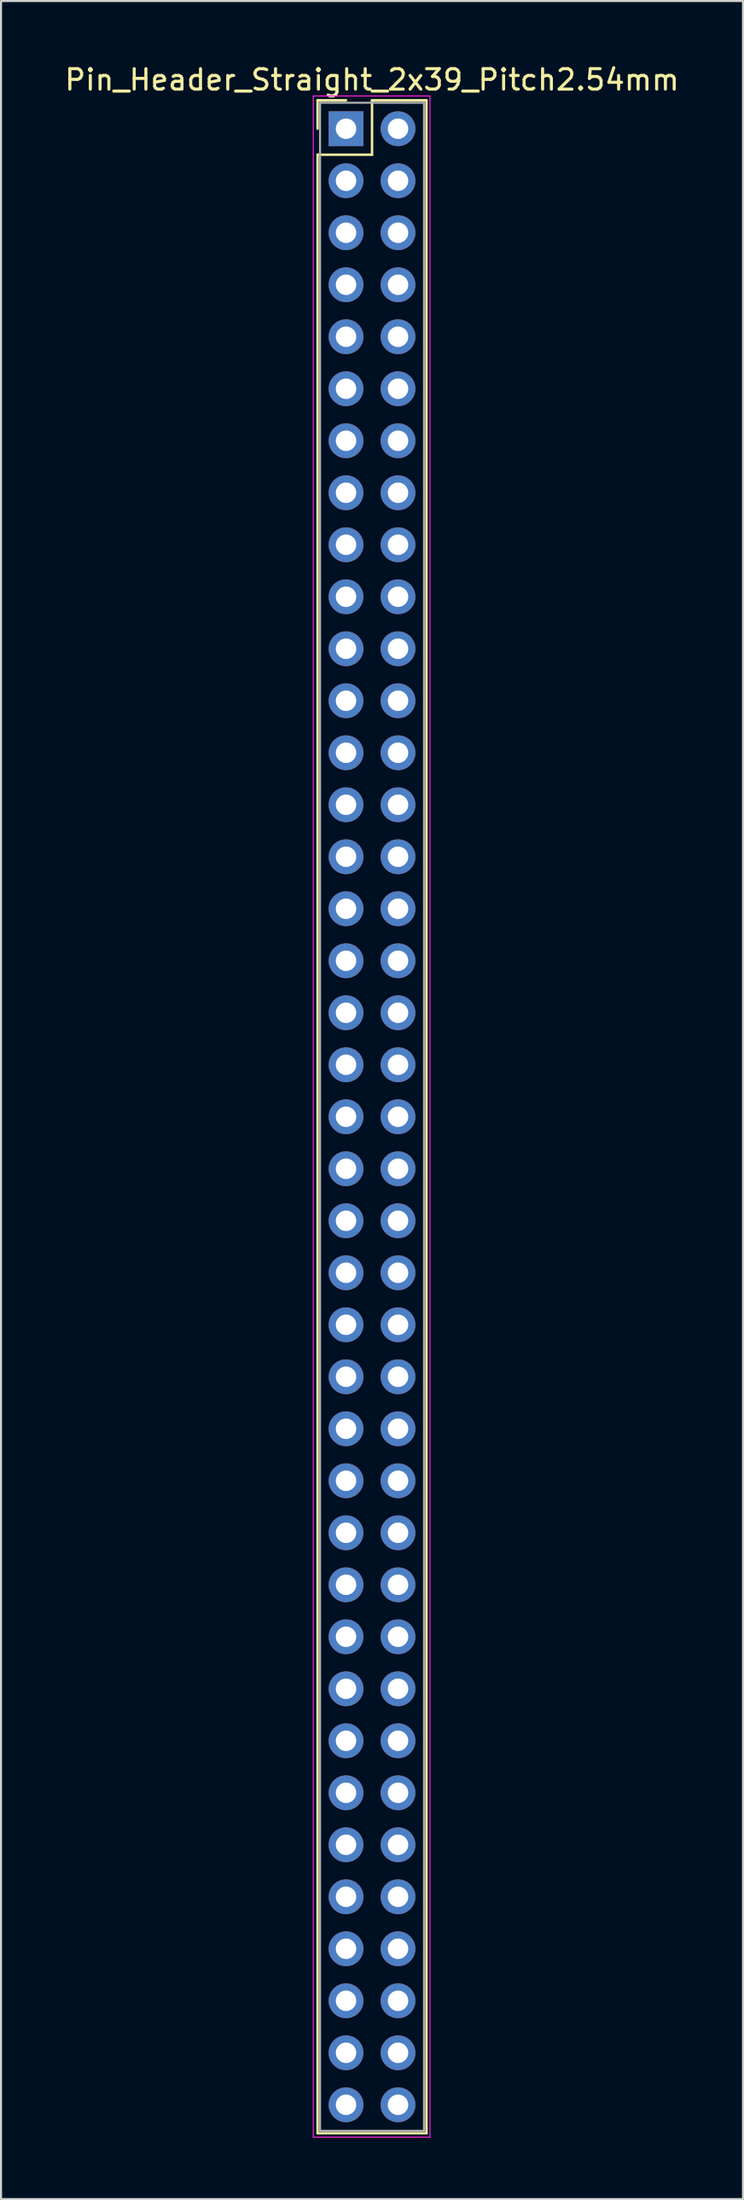
<source format=kicad_pcb>
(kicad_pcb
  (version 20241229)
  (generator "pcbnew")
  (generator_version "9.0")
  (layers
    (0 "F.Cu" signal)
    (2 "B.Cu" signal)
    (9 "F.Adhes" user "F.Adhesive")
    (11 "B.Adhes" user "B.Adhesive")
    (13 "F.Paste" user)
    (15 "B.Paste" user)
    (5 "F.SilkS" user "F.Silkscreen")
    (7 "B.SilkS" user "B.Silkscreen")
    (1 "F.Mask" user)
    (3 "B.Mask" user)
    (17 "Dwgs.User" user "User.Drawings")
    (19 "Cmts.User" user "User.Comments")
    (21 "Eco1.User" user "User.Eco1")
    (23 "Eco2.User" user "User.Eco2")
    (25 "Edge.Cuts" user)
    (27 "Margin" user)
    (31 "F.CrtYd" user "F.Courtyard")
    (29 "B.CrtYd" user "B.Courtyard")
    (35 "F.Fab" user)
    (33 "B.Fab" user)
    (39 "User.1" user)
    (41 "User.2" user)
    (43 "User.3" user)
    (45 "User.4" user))
  (footprint "Pin_Header_Straight_2x39_Pitch2.54mm"
    (layer "F.Cu")
    (at 13.855 3.238)
    (property "Reference" "Pin_Header_Straight_2x39_Pitch2.54mm" (at 1.27 -2.39 0) (layer "F.SilkS") (effects (font (size 1 1) (thickness 0.15))))
    (attr through_hole)
    (fp_line (start -1.39 -1.39) (end 0 -1.39) (stroke (width 0.12) (type solid)) (layer "F.SilkS"))
    (fp_line (start -1.39 0) (end -1.39 -1.39) (stroke (width 0.12) (type solid)) (layer "F.SilkS"))
    (fp_line (start -1.39 1.27) (end -1.39 97.91) (stroke (width 0.12) (type solid)) (layer "F.SilkS"))
    (fp_line (start -1.39 97.91) (end 3.93 97.91) (stroke (width 0.12) (type solid)) (layer "F.SilkS"))
    (fp_line (start 1.27 -1.39) (end 1.27 1.27) (stroke (width 0.12) (type solid)) (layer "F.SilkS"))
    (fp_line (start 1.27 1.27) (end -1.39 1.27) (stroke (width 0.12) (type solid)) (layer "F.SilkS"))
    (fp_line (start 3.93 -1.39) (end 1.27 -1.39) (stroke (width 0.12) (type solid)) (layer "F.SilkS"))
    (fp_line (start 3.93 97.91) (end 3.93 -1.39) (stroke (width 0.12) (type solid)) (layer "F.SilkS"))
    (fp_line (start -1.6 -1.6) (end -1.6 98.1) (stroke (width 0.05) (type solid)) (layer "F.CrtYd"))
    (fp_line (start -1.6 98.1) (end 4.1 98.1) (stroke (width 0.05) (type solid)) (layer "F.CrtYd"))
    (fp_line (start 4.1 -1.6) (end -1.6 -1.6) (stroke (width 0.05) (type solid)) (layer "F.CrtYd"))
    (fp_line (start 4.1 98.1) (end 4.1 -1.6) (stroke (width 0.05) (type solid)) (layer "F.CrtYd"))
    (fp_line (start -1.27 -1.27) (end -1.27 97.79) (stroke (width 0.1) (type solid)) (layer "F.Fab"))
    (fp_line (start -1.27 97.79) (end 3.81 97.79) (stroke (width 0.1) (type solid)) (layer "F.Fab"))
    (fp_line (start 3.81 -1.27) (end -1.27 -1.27) (stroke (width 0.1) (type solid)) (layer "F.Fab"))
    (fp_line (start 3.81 97.79) (end 3.81 -1.27) (stroke (width 0.1) (type solid)) (layer "F.Fab"))
    (pad "1" thru_hole rect (at 0 0) (size 1.7 1.7) (drill 1) (layers "*.Cu" "*.Mask"))
    (pad "2" thru_hole oval (at 2.54 0) (size 1.7 1.7) (drill 1) (layers "*.Cu" "*.Mask"))
    (pad "3" thru_hole oval (at 0 2.54) (size 1.7 1.7) (drill 1) (layers "*.Cu" "*.Mask"))
    (pad "4" thru_hole oval (at 2.54 2.54) (size 1.7 1.7) (drill 1) (layers "*.Cu" "*.Mask"))
    (pad "5" thru_hole oval (at 0 5.08) (size 1.7 1.7) (drill 1) (layers "*.Cu" "*.Mask"))
    (pad "6" thru_hole oval (at 2.54 5.08) (size 1.7 1.7) (drill 1) (layers "*.Cu" "*.Mask"))
    (pad "7" thru_hole oval (at 0 7.62) (size 1.7 1.7) (drill 1) (layers "*.Cu" "*.Mask"))
    (pad "8" thru_hole oval (at 2.54 7.62) (size 1.7 1.7) (drill 1) (layers "*.Cu" "*.Mask"))
    (pad "9" thru_hole oval (at 0 10.16) (size 1.7 1.7) (drill 1) (layers "*.Cu" "*.Mask"))
    (pad "10" thru_hole oval (at 2.54 10.16) (size 1.7 1.7) (drill 1) (layers "*.Cu" "*.Mask"))
    (pad "11" thru_hole oval (at 0 12.7) (size 1.7 1.7) (drill 1) (layers "*.Cu" "*.Mask"))
    (pad "12" thru_hole oval (at 2.54 12.7) (size 1.7 1.7) (drill 1) (layers "*.Cu" "*.Mask"))
    (pad "13" thru_hole oval (at 0 15.24) (size 1.7 1.7) (drill 1) (layers "*.Cu" "*.Mask"))
    (pad "14" thru_hole oval (at 2.54 15.24) (size 1.7 1.7) (drill 1) (layers "*.Cu" "*.Mask"))
    (pad "15" thru_hole oval (at 0 17.78) (size 1.7 1.7) (drill 1) (layers "*.Cu" "*.Mask"))
    (pad "16" thru_hole oval (at 2.54 17.78) (size 1.7 1.7) (drill 1) (layers "*.Cu" "*.Mask"))
    (pad "17" thru_hole oval (at 0 20.32) (size 1.7 1.7) (drill 1) (layers "*.Cu" "*.Mask"))
    (pad "18" thru_hole oval (at 2.54 20.32) (size 1.7 1.7) (drill 1) (layers "*.Cu" "*.Mask"))
    (pad "19" thru_hole oval (at 0 22.86) (size 1.7 1.7) (drill 1) (layers "*.Cu" "*.Mask"))
    (pad "20" thru_hole oval (at 2.54 22.86) (size 1.7 1.7) (drill 1) (layers "*.Cu" "*.Mask"))
    (pad "21" thru_hole oval (at 0 25.4) (size 1.7 1.7) (drill 1) (layers "*.Cu" "*.Mask"))
    (pad "22" thru_hole oval (at 2.54 25.4) (size 1.7 1.7) (drill 1) (layers "*.Cu" "*.Mask"))
    (pad "23" thru_hole oval (at 0 27.94) (size 1.7 1.7) (drill 1) (layers "*.Cu" "*.Mask"))
    (pad "24" thru_hole oval (at 2.54 27.94) (size 1.7 1.7) (drill 1) (layers "*.Cu" "*.Mask"))
    (pad "25" thru_hole oval (at 0 30.48) (size 1.7 1.7) (drill 1) (layers "*.Cu" "*.Mask"))
    (pad "26" thru_hole oval (at 2.54 30.48) (size 1.7 1.7) (drill 1) (layers "*.Cu" "*.Mask"))
    (pad "27" thru_hole oval (at 0 33.02) (size 1.7 1.7) (drill 1) (layers "*.Cu" "*.Mask"))
    (pad "28" thru_hole oval (at 2.54 33.02) (size 1.7 1.7) (drill 1) (layers "*.Cu" "*.Mask"))
    (pad "29" thru_hole oval (at 0 35.56) (size 1.7 1.7) (drill 1) (layers "*.Cu" "*.Mask"))
    (pad "30" thru_hole oval (at 2.54 35.56) (size 1.7 1.7) (drill 1) (layers "*.Cu" "*.Mask"))
    (pad "31" thru_hole oval (at 0 38.1) (size 1.7 1.7) (drill 1) (layers "*.Cu" "*.Mask"))
    (pad "32" thru_hole oval (at 2.54 38.1) (size 1.7 1.7) (drill 1) (layers "*.Cu" "*.Mask"))
    (pad "33" thru_hole oval (at 0 40.64) (size 1.7 1.7) (drill 1) (layers "*.Cu" "*.Mask"))
    (pad "34" thru_hole oval (at 2.54 40.64) (size 1.7 1.7) (drill 1) (layers "*.Cu" "*.Mask"))
    (pad "35" thru_hole oval (at 0 43.18) (size 1.7 1.7) (drill 1) (layers "*.Cu" "*.Mask"))
    (pad "36" thru_hole oval (at 2.54 43.18) (size 1.7 1.7) (drill 1) (layers "*.Cu" "*.Mask"))
    (pad "37" thru_hole oval (at 0 45.72) (size 1.7 1.7) (drill 1) (layers "*.Cu" "*.Mask"))
    (pad "38" thru_hole oval (at 2.54 45.72) (size 1.7 1.7) (drill 1) (layers "*.Cu" "*.Mask"))
    (pad "39" thru_hole oval (at 0 48.26) (size 1.7 1.7) (drill 1) (layers "*.Cu" "*.Mask"))
    (pad "40" thru_hole oval (at 2.54 48.26) (size 1.7 1.7) (drill 1) (layers "*.Cu" "*.Mask"))
    (pad "41" thru_hole oval (at 0 50.8) (size 1.7 1.7) (drill 1) (layers "*.Cu" "*.Mask"))
    (pad "42" thru_hole oval (at 2.54 50.8) (size 1.7 1.7) (drill 1) (layers "*.Cu" "*.Mask"))
    (pad "43" thru_hole oval (at 0 53.34) (size 1.7 1.7) (drill 1) (layers "*.Cu" "*.Mask"))
    (pad "44" thru_hole oval (at 2.54 53.34) (size 1.7 1.7) (drill 1) (layers "*.Cu" "*.Mask"))
    (pad "45" thru_hole oval (at 0 55.88) (size 1.7 1.7) (drill 1) (layers "*.Cu" "*.Mask"))
    (pad "46" thru_hole oval (at 2.54 55.88) (size 1.7 1.7) (drill 1) (layers "*.Cu" "*.Mask"))
    (pad "47" thru_hole oval (at 0 58.42) (size 1.7 1.7) (drill 1) (layers "*.Cu" "*.Mask"))
    (pad "48" thru_hole oval (at 2.54 58.42) (size 1.7 1.7) (drill 1) (layers "*.Cu" "*.Mask"))
    (pad "49" thru_hole oval (at 0 60.96) (size 1.7 1.7) (drill 1) (layers "*.Cu" "*.Mask"))
    (pad "50" thru_hole oval (at 2.54 60.96) (size 1.7 1.7) (drill 1) (layers "*.Cu" "*.Mask"))
    (pad "51" thru_hole oval (at 0 63.5) (size 1.7 1.7) (drill 1) (layers "*.Cu" "*.Mask"))
    (pad "52" thru_hole oval (at 2.54 63.5) (size 1.7 1.7) (drill 1) (layers "*.Cu" "*.Mask"))
    (pad "53" thru_hole oval (at 0 66.04) (size 1.7 1.7) (drill 1) (layers "*.Cu" "*.Mask"))
    (pad "54" thru_hole oval (at 2.54 66.04) (size 1.7 1.7) (drill 1) (layers "*.Cu" "*.Mask"))
    (pad "55" thru_hole oval (at 0 68.58) (size 1.7 1.7) (drill 1) (layers "*.Cu" "*.Mask"))
    (pad "56" thru_hole oval (at 2.54 68.58) (size 1.7 1.7) (drill 1) (layers "*.Cu" "*.Mask"))
    (pad "57" thru_hole oval (at 0 71.12) (size 1.7 1.7) (drill 1) (layers "*.Cu" "*.Mask"))
    (pad "58" thru_hole oval (at 2.54 71.12) (size 1.7 1.7) (drill 1) (layers "*.Cu" "*.Mask"))
    (pad "59" thru_hole oval (at 0 73.66) (size 1.7 1.7) (drill 1) (layers "*.Cu" "*.Mask"))
    (pad "60" thru_hole oval (at 2.54 73.66) (size 1.7 1.7) (drill 1) (layers "*.Cu" "*.Mask"))
    (pad "61" thru_hole oval (at 0 76.2) (size 1.7 1.7) (drill 1) (layers "*.Cu" "*.Mask"))
    (pad "62" thru_hole oval (at 2.54 76.2) (size 1.7 1.7) (drill 1) (layers "*.Cu" "*.Mask"))
    (pad "63" thru_hole oval (at 0 78.74) (size 1.7 1.7) (drill 1) (layers "*.Cu" "*.Mask"))
    (pad "64" thru_hole oval (at 2.54 78.74) (size 1.7 1.7) (drill 1) (layers "*.Cu" "*.Mask"))
    (pad "65" thru_hole oval (at 0 81.28) (size 1.7 1.7) (drill 1) (layers "*.Cu" "*.Mask"))
    (pad "66" thru_hole oval (at 2.54 81.28) (size 1.7 1.7) (drill 1) (layers "*.Cu" "*.Mask"))
    (pad "67" thru_hole oval (at 0 83.82) (size 1.7 1.7) (drill 1) (layers "*.Cu" "*.Mask"))
    (pad "68" thru_hole oval (at 2.54 83.82) (size 1.7 1.7) (drill 1) (layers "*.Cu" "*.Mask"))
    (pad "69" thru_hole oval (at 0 86.36) (size 1.7 1.7) (drill 1) (layers "*.Cu" "*.Mask"))
    (pad "70" thru_hole oval (at 2.54 86.36) (size 1.7 1.7) (drill 1) (layers "*.Cu" "*.Mask"))
    (pad "71" thru_hole oval (at 0 88.9) (size 1.7 1.7) (drill 1) (layers "*.Cu" "*.Mask"))
    (pad "72" thru_hole oval (at 2.54 88.9) (size 1.7 1.7) (drill 1) (layers "*.Cu" "*.Mask"))
    (pad "73" thru_hole oval (at 0 91.44) (size 1.7 1.7) (drill 1) (layers "*.Cu" "*.Mask"))
    (pad "74" thru_hole oval (at 2.54 91.44) (size 1.7 1.7) (drill 1) (layers "*.Cu" "*.Mask"))
    (pad "75" thru_hole oval (at 0 93.98) (size 1.7 1.7) (drill 1) (layers "*.Cu" "*.Mask"))
    (pad "76" thru_hole oval (at 2.54 93.98) (size 1.7 1.7) (drill 1) (layers "*.Cu" "*.Mask"))
    (pad "77" thru_hole oval (at 0 96.52) (size 1.7 1.7) (drill 1) (layers "*.Cu" "*.Mask"))
    (pad "78" thru_hole oval (at 2.54 96.52) (size 1.7 1.7) (drill 1) (layers "*.Cu" "*.Mask")))
  (gr_rect
    (start -3 -3)
    (end 33.25 104.363)
    (stroke (width 0.1) (type default))
    (fill no)
    (layer "Edge.Cuts")))
</source>
